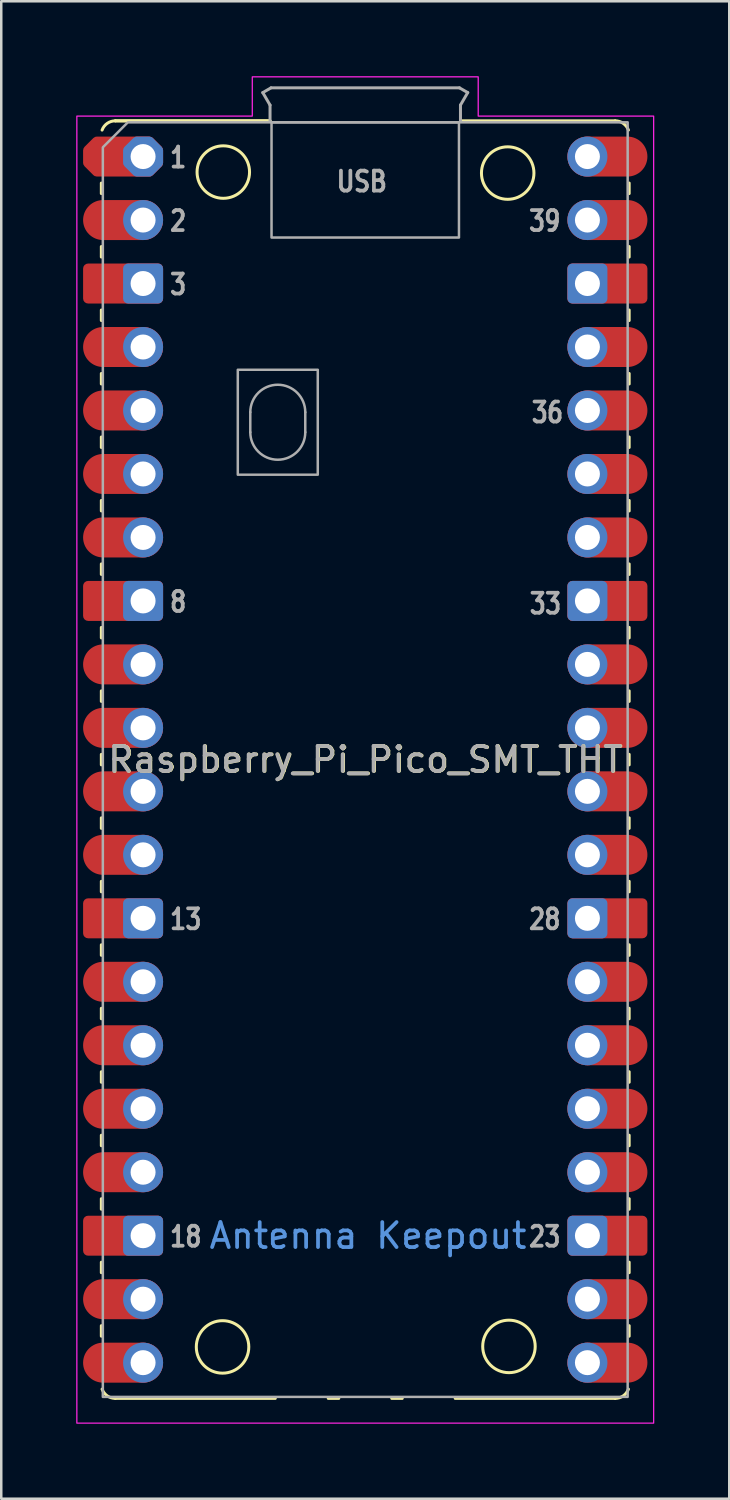
<source format=kicad_pcb>
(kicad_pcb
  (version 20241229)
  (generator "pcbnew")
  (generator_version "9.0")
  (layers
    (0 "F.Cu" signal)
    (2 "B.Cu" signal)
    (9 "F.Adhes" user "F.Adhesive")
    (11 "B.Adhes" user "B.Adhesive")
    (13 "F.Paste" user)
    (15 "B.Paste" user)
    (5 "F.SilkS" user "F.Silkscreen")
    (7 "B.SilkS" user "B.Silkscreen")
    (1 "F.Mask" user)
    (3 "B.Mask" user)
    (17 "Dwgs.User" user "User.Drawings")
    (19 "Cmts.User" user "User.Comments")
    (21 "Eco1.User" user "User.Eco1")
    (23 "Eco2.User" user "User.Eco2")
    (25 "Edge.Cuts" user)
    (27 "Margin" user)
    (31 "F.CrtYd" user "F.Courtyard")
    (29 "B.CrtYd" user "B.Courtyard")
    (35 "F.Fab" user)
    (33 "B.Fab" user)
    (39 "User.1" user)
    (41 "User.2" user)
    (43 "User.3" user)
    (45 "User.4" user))
  (footprint "Raspberry_Pi_Pico_SMT_THT"
    (layer "F.Cu")
    (at 2.675 3.215)
    (property "Reference" "Raspberry_Pi_Pico_SMT_THT" (at 8.91 24.13 0) (layer "F.SilkS") (effects (font (size 1 1) (thickness 0.15))))
    (attr through_hole)
    (fp_line (start -1.67 1.06) (end -1.67 1.48) (stroke (width 0.12) (type solid)) (layer "F.SilkS"))
    (fp_line (start -1.67 3.6) (end -1.67 4.02) (stroke (width 0.12) (type solid)) (layer "F.SilkS"))
    (fp_line (start -1.67 6.14) (end -1.67 6.56) (stroke (width 0.12) (type solid)) (layer "F.SilkS"))
    (fp_line (start -1.67 8.68) (end -1.67 9.1) (stroke (width 0.12) (type solid)) (layer "F.SilkS"))
    (fp_line (start -1.67 11.22) (end -1.67 11.64) (stroke (width 0.12) (type solid)) (layer "F.SilkS"))
    (fp_line (start -1.67 13.76) (end -1.67 14.18) (stroke (width 0.12) (type solid)) (layer "F.SilkS"))
    (fp_line (start -1.67 16.3) (end -1.67 16.72) (stroke (width 0.12) (type solid)) (layer "F.SilkS"))
    (fp_line (start -1.67 18.84) (end -1.67 19.26) (stroke (width 0.12) (type solid)) (layer "F.SilkS"))
    (fp_line (start -1.67 21.38) (end -1.67 21.8) (stroke (width 0.12) (type solid)) (layer "F.SilkS"))
    (fp_line (start -1.67 23.92) (end -1.67 24.34) (stroke (width 0.12) (type solid)) (layer "F.SilkS"))
    (fp_line (start -1.67 26.46) (end -1.67 26.88) (stroke (width 0.12) (type solid)) (layer "F.SilkS"))
    (fp_line (start -1.67 29) (end -1.67 29.42) (stroke (width 0.12) (type solid)) (layer "F.SilkS"))
    (fp_line (start -1.67 31.54) (end -1.67 31.96) (stroke (width 0.12) (type solid)) (layer "F.SilkS"))
    (fp_line (start -1.67 34.08) (end -1.67 34.5) (stroke (width 0.12) (type solid)) (layer "F.SilkS"))
    (fp_line (start -1.67 36.62) (end -1.67 37.04) (stroke (width 0.12) (type solid)) (layer "F.SilkS"))
    (fp_line (start -1.67 39.16) (end -1.67 39.58) (stroke (width 0.12) (type solid)) (layer "F.SilkS"))
    (fp_line (start -1.67 41.7) (end -1.67 42.12) (stroke (width 0.12) (type solid)) (layer "F.SilkS"))
    (fp_line (start -1.67 44.24) (end -1.67 44.66) (stroke (width 0.12) (type solid)) (layer "F.SilkS"))
    (fp_line (start -1.67 46.78) (end -1.67 47.2) (stroke (width 0.12) (type solid)) (layer "F.SilkS"))
    (fp_line (start -1.11 -1.43) (end 5.08 -1.43) (stroke (width 0.12) (type solid)) (layer "F.SilkS"))
    (fp_line (start -1.11 49.69) (end 5.29 49.69) (stroke (width 0.12) (type solid)) (layer "F.SilkS"))
    (fp_line (start 5.08 -1.43) (end -1.11 -1.43) (stroke (width 0.12) (type solid)) (layer "F.SilkS"))
    (fp_line (start 7.41 49.69) (end 7.83 49.69) (stroke (width 0.12) (type solid)) (layer "F.SilkS"))
    (fp_line (start 9.95 49.69) (end 10.37 49.69) (stroke (width 0.12) (type solid)) (layer "F.SilkS"))
    (fp_line (start 12.49 49.69) (end 18.89 49.69) (stroke (width 0.12) (type solid)) (layer "F.SilkS"))
    (fp_line (start 18.89 -1.43) (end 12.7 -1.43) (stroke (width 0.12) (type solid)) (layer "F.SilkS"))
    (fp_line (start 19.45 1.06) (end 19.45 1.48) (stroke (width 0.12) (type solid)) (layer "F.SilkS"))
    (fp_line (start 19.45 3.6) (end 19.45 4.02) (stroke (width 0.12) (type solid)) (layer "F.SilkS"))
    (fp_line (start 19.45 6.14) (end 19.45 6.56) (stroke (width 0.12) (type solid)) (layer "F.SilkS"))
    (fp_line (start 19.45 8.68) (end 19.45 9.1) (stroke (width 0.12) (type solid)) (layer "F.SilkS"))
    (fp_line (start 19.45 11.22) (end 19.45 11.64) (stroke (width 0.12) (type solid)) (layer "F.SilkS"))
    (fp_line (start 19.45 13.76) (end 19.45 14.18) (stroke (width 0.12) (type solid)) (layer "F.SilkS"))
    (fp_line (start 19.45 16.3) (end 19.45 16.72) (stroke (width 0.12) (type solid)) (layer "F.SilkS"))
    (fp_line (start 19.45 18.84) (end 19.45 19.26) (stroke (width 0.12) (type solid)) (layer "F.SilkS"))
    (fp_line (start 19.45 21.38) (end 19.45 21.8) (stroke (width 0.12) (type solid)) (layer "F.SilkS"))
    (fp_line (start 19.45 23.92) (end 19.45 24.34) (stroke (width 0.12) (type solid)) (layer "F.SilkS"))
    (fp_line (start 19.45 26.46) (end 19.45 26.88) (stroke (width 0.12) (type solid)) (layer "F.SilkS"))
    (fp_line (start 19.45 29) (end 19.45 29.42) (stroke (width 0.12) (type solid)) (layer "F.SilkS"))
    (fp_line (start 19.45 31.54) (end 19.45 31.96) (stroke (width 0.12) (type solid)) (layer "F.SilkS"))
    (fp_line (start 19.45 34.08) (end 19.45 34.5) (stroke (width 0.12) (type solid)) (layer "F.SilkS"))
    (fp_line (start 19.45 36.62) (end 19.45 37.04) (stroke (width 0.12) (type solid)) (layer "F.SilkS"))
    (fp_line (start 19.45 39.16) (end 19.45 39.58) (stroke (width 0.12) (type solid)) (layer "F.SilkS"))
    (fp_line (start 19.45 41.7) (end 19.45 42.12) (stroke (width 0.12) (type solid)) (layer "F.SilkS"))
    (fp_line (start 19.45 44.24) (end 19.45 44.66) (stroke (width 0.12) (type solid)) (layer "F.SilkS"))
    (fp_line (start 19.45 46.78) (end 19.45 47.2) (stroke (width 0.12) (type solid)) (layer "F.SilkS"))
    (fp_arc (start -1.64 -1.06) (mid -1.433508 -1.328808) (end -1.11 -1.43) (stroke (width 0.12) (type solid)) (layer "F.SilkS"))
    (fp_arc (start -1.11 49.69) (mid -1.433508 49.588809) (end -1.64 49.32) (stroke (width 0.12) (type solid)) (layer "F.SilkS"))
    (fp_arc (start 18.89 -1.43) (mid 19.213508 -1.328809) (end 19.42 -1.06) (stroke (width 0.12) (type solid)) (layer "F.SilkS"))
    (fp_arc (start 19.42 49.32) (mid 19.213508 49.588808) (end 18.89 49.69) (stroke (width 0.12) (type solid)) (layer "F.SilkS"))
    (fp_circle (center 3.18 47.63) (end 4.23 47.63) (stroke (width 0.12) (type solid)) (fill no) (layer "F.SilkS"))
    (fp_circle (center 3.21 0.62) (end 4.26 0.62) (stroke (width 0.12) (type solid)) (fill no) (layer "F.SilkS"))
    (fp_circle (center 14.59 0.66) (end 15.64 0.66) (stroke (width 0.12) (type solid)) (fill no) (layer "F.SilkS"))
    (fp_circle (center 14.64 47.61) (end 15.69 47.61) (stroke (width 0.12) (type solid)) (fill no) (layer "F.SilkS"))
    (fp_poly (pts (xy 13.41 -1.62) (xy 20.43 -1.62) (xy 20.43 50.68) (xy -2.65 50.68) (xy -2.65 -1.62) (xy 4.37 -1.62) (xy 4.37 -3.19) (xy 13.41 -3.19)) (stroke (width 0.05) (type solid)) (fill no) (layer "F.CrtYd"))
    (fp_line (start 4.29 10.23) (end 4.29 11.03) (stroke (width 0.1) (type solid)) (layer "F.Fab"))
    (fp_line (start 4.79 -2.56) (end 5.12 -2.75) (stroke (width 0.12) (type solid)) (layer "F.Fab"))
    (fp_line (start 5.08 -2.06) (end 4.79 -2.56) (stroke (width 0.12) (type solid)) (layer "F.Fab"))
    (fp_line (start 5.08 -1.43) (end 5.08 -2.06) (stroke (width 0.12) (type solid)) (layer "F.Fab"))
    (fp_line (start 5.12 -2.75) (end 12.66 -2.75) (stroke (width 0.12) (type solid)) (layer "F.Fab"))
    (fp_line (start 6.49 10.23) (end 6.49 11.03) (stroke (width 0.1) (type solid)) (layer "F.Fab"))
    (fp_line (start 12.66 -2.75) (end 12.99 -2.56) (stroke (width 0.12) (type solid)) (layer "F.Fab"))
    (fp_line (start 12.7 -2.06) (end 12.7 -1.43) (stroke (width 0.12) (type solid)) (layer "F.Fab"))
    (fp_line (start 12.99 -2.56) (end 12.7 -2.06) (stroke (width 0.12) (type solid)) (layer "F.Fab"))
    (fp_rect (start 3.79 8.53) (end 6.99 12.73) (stroke (width 0.1) (type solid)) (fill no) (layer "F.Fab"))
    (fp_rect (start 5.14 -1.37) (end 12.64 3.24) (stroke (width 0.1) (type solid)) (fill no) (layer "F.Fab"))
    (fp_arc (start 4.29 10.23) (mid 5.39 9.13) (end 6.49 10.23) (stroke (width 0.1) (type solid)) (layer "F.Fab"))
    (fp_arc (start 6.49 11.03) (mid 5.39 12.13) (end 4.29 11.03) (stroke (width 0.1) (type solid)) (layer "F.Fab"))
    (fp_poly (pts (xy 19.39 49.63) (xy -1.61 49.63) (xy -1.61 -0.37) (xy -0.61 -1.37) (xy 19.39 -1.37)) (stroke (width 0.1) (type solid)) (fill no) (layer "F.Fab"))
    (fp_text user "Antenna Keepout" (at 9 43.18 0) (unlocked yes) (layer "Cmts.User") (effects (font (size 1 1) (thickness 0.15))))
    (fp_text user "1" (at 1 0.038 0) (unlocked yes) (layer "F.Fab") (effects (font (size 0.8 0.64) (thickness 0.15)) (justify left)))
    (fp_text user "2" (at 1 2.578 0) (unlocked yes) (layer "F.Fab") (effects (font (size 0.8 0.64) (thickness 0.15)) (justify left)))
    (fp_text user "33" (at 16.1 17.89 0) (unlocked yes) (layer "F.Fab") (effects (font (size 0.8 0.64) (thickness 0.15))))
    (fp_text user "${REFERENCE}" (at 8.89 24.13 0) (unlocked yes) (layer "F.Fab") (effects (font (size 1 1) (thickness 0.15))))
    (fp_text user "8" (at 1 17.818 0) (unlocked yes) (layer "F.Fab") (effects (font (size 0.8 0.64) (thickness 0.15)) (justify left)))
    (fp_text user "39" (at 16.78 2.578 0) (unlocked yes) (layer "F.Fab") (effects (font (size 0.8 0.64) (thickness 0.15)) (justify right)))
    (fp_text user "13" (at 1 30.518 0) (unlocked yes) (layer "F.Fab") (effects (font (size 0.8 0.64) (thickness 0.15)) (justify left)))
    (fp_text user "23" (at 16.78 43.218 0) (unlocked yes) (layer "F.Fab") (effects (font (size 0.8 0.64) (thickness 0.15)) (justify right)))
    (fp_text user "36" (at 16.18 10.24 0) (unlocked yes) (layer "F.Fab") (effects (font (size 0.8 0.64) (thickness 0.15))))
    (fp_text user "18" (at 1 43.218 0) (unlocked yes) (layer "F.Fab") (effects (font (size 0.8 0.64) (thickness 0.15)) (justify left)))
    (fp_text user "28" (at 16.78 30.518 0) (unlocked yes) (layer "F.Fab") (effects (font (size 0.8 0.64) (thickness 0.15)) (justify right)))
    (fp_text user "USB" (at 8.75 1 0) (unlocked yes) (layer "F.Fab") (effects (font (size 0.8 0.66) (thickness 0.15))))
    (fp_text user "3" (at 1 5.118 0) (unlocked yes) (layer "F.Fab") (effects (font (size 0.8 0.64) (thickness 0.15)) (justify left)))
    (pad "1" smd custom (at -1.6 0) (size 1.6 1.6) (layers "F.Cu" "F.Mask") (options (anchor circle)) (primitives (gr_poly (pts (xy 2.2 0.249) (xy 1.849 0.6) (xy -0.249 0.6) (xy -0.6 0.249) (xy -0.6 -0.249) (xy -0.249 -0.6) (xy 1.849 -0.6) (xy 2.2 -0.249)) (width 0.4) (fill yes))))
    (pad "1" thru_hole custom (at 0 0) (size 1.6 1.6) (drill 1) (layers "*.Cu" "*.Mask") (options (anchor circle)) (primitives (gr_poly (pts (xy 0.6 0.249) (xy 0.249 0.6) (xy -0.249 0.6) (xy -0.6 0.249) (xy -0.6 -0.249) (xy -0.249 -0.6) (xy 0.249 -0.6) (xy 0.6 -0.249)) (width 0.4) (fill yes))))
    (pad "2" smd oval (at -1.6 2.54) (size 3.2 1.6) (drill (offset 0.8 0)) (layers "F.Cu" "F.Mask"))
    (pad "2" thru_hole circle (at 0 2.54) (size 1.6 1.6) (drill 1) (layers "*.Cu" "*.Mask"))
    (pad "3" smd roundrect (at -1.6 5.08) (size 3.2 1.6) (drill (offset 0.8 0)) (layers "F.Cu" "F.Mask") (roundrect_rratio 0.125))
    (pad "3" thru_hole roundrect (at 0 5.08) (size 1.6 1.6) (drill 1) (layers "*.Cu" "*.Mask") (roundrect_rratio 0.125))
    (pad "4" smd oval (at -1.6 7.62) (size 3.2 1.6) (drill (offset 0.8 0)) (layers "F.Cu" "F.Mask"))
    (pad "4" thru_hole circle (at 0 7.62) (size 1.6 1.6) (drill 1) (layers "*.Cu" "*.Mask"))
    (pad "5" smd oval (at -1.6 10.16) (size 3.2 1.6) (drill (offset 0.8 0)) (layers "F.Cu" "F.Mask"))
    (pad "5" thru_hole circle (at 0 10.16) (size 1.6 1.6) (drill 1) (layers "*.Cu" "*.Mask"))
    (pad "6" smd oval (at -1.6 12.7) (size 3.2 1.6) (drill (offset 0.8 0)) (layers "F.Cu" "F.Mask"))
    (pad "6" thru_hole circle (at 0 12.7) (size 1.6 1.6) (drill 1) (layers "*.Cu" "*.Mask"))
    (pad "7" smd oval (at -1.6 15.24) (size 3.2 1.6) (drill (offset 0.8 0)) (layers "F.Cu" "F.Mask"))
    (pad "7" thru_hole circle (at 0 15.24) (size 1.6 1.6) (drill 1) (layers "*.Cu" "*.Mask"))
    (pad "8" smd roundrect (at -1.6 17.78) (size 3.2 1.6) (drill (offset 0.8 0)) (layers "F.Cu" "F.Mask") (roundrect_rratio 0.125))
    (pad "8" thru_hole roundrect (at 0 17.78) (size 1.6 1.6) (drill 1) (layers "*.Cu" "*.Mask") (roundrect_rratio 0.125))
    (pad "9" smd oval (at -1.6 20.32) (size 3.2 1.6) (drill (offset 0.8 0)) (layers "F.Cu" "F.Mask"))
    (pad "9" thru_hole circle (at 0 20.32) (size 1.6 1.6) (drill 1) (layers "*.Cu" "*.Mask"))
    (pad "10" smd oval (at -1.6 22.86) (size 3.2 1.6) (drill (offset 0.8 0)) (layers "F.Cu" "F.Mask"))
    (pad "10" thru_hole circle (at 0 22.86) (size 1.6 1.6) (drill 1) (layers "*.Cu" "*.Mask"))
    (pad "11" smd oval (at -1.6 25.4) (size 3.2 1.6) (drill (offset 0.8 0)) (layers "F.Cu" "F.Mask"))
    (pad "11" thru_hole circle (at 0 25.4) (size 1.6 1.6) (drill 1) (layers "*.Cu" "*.Mask"))
    (pad "12" smd oval (at -1.6 27.94) (size 3.2 1.6) (drill (offset 0.8 0)) (layers "F.Cu" "F.Mask"))
    (pad "12" thru_hole circle (at 0 27.94) (size 1.6 1.6) (drill 1) (layers "*.Cu" "*.Mask"))
    (pad "13" smd roundrect (at -1.6 30.48) (size 3.2 1.6) (drill (offset 0.8 0)) (layers "F.Cu" "F.Mask") (roundrect_rratio 0.125))
    (pad "13" thru_hole roundrect (at 0 30.48) (size 1.6 1.6) (drill 1) (layers "*.Cu" "*.Mask") (roundrect_rratio 0.125))
    (pad "14" smd oval (at -1.6 33.02) (size 3.2 1.6) (drill (offset 0.8 0)) (layers "F.Cu" "F.Mask"))
    (pad "14" thru_hole circle (at 0 33.02) (size 1.6 1.6) (drill 1) (layers "*.Cu" "*.Mask"))
    (pad "15" smd oval (at -1.6 35.56) (size 3.2 1.6) (drill (offset 0.8 0)) (layers "F.Cu" "F.Mask"))
    (pad "15" thru_hole circle (at 0 35.56) (size 1.6 1.6) (drill 1) (layers "*.Cu" "*.Mask"))
    (pad "16" smd oval (at -1.6 38.1) (size 3.2 1.6) (drill (offset 0.8 0)) (layers "F.Cu" "F.Mask"))
    (pad "16" thru_hole circle (at 0 38.1) (size 1.6 1.6) (drill 1) (layers "*.Cu" "*.Mask"))
    (pad "17" smd oval (at -1.6 40.64) (size 3.2 1.6) (drill (offset 0.8 0)) (layers "F.Cu" "F.Mask"))
    (pad "17" thru_hole circle (at 0 40.64) (size 1.6 1.6) (drill 1) (layers "*.Cu" "*.Mask"))
    (pad "18" smd roundrect (at -1.6 43.18) (size 3.2 1.6) (drill (offset 0.8 0)) (layers "F.Cu" "F.Mask") (roundrect_rratio 0.125))
    (pad "18" thru_hole roundrect (at 0 43.18) (size 1.6 1.6) (drill 1) (layers "*.Cu" "*.Mask") (roundrect_rratio 0.125))
    (pad "19" smd oval (at -1.6 45.72) (size 3.2 1.6) (drill (offset 0.8 0)) (layers "F.Cu" "F.Mask"))
    (pad "19" thru_hole circle (at 0 45.72) (size 1.6 1.6) (drill 1) (layers "*.Cu" "*.Mask"))
    (pad "20" smd oval (at -1.6 48.26) (size 3.2 1.6) (drill (offset 0.8 0)) (layers "F.Cu" "F.Mask"))
    (pad "20" thru_hole circle (at 0 48.26) (size 1.6 1.6) (drill 1) (layers "*.Cu" "*.Mask"))
    (pad "21" thru_hole circle (at 17.78 48.26) (size 1.6 1.6) (drill 1) (layers "*.Cu" "*.Mask"))
    (pad "21" smd oval (at 19.38 48.26) (size 3.2 1.6) (drill (offset -0.8 0)) (layers "F.Cu" "F.Mask"))
    (pad "22" thru_hole circle (at 17.78 45.72) (size 1.6 1.6) (drill 1) (layers "*.Cu" "*.Mask"))
    (pad "22" smd oval (at 19.38 45.72) (size 3.2 1.6) (drill (offset -0.8 0)) (layers "F.Cu" "F.Mask"))
    (pad "23" thru_hole roundrect (at 17.78 43.18) (size 1.6 1.6) (drill 1) (layers "*.Cu" "*.Mask") (roundrect_rratio 0.125))
    (pad "23" smd roundrect (at 19.38 43.18) (size 3.2 1.6) (drill (offset -0.8 0)) (layers "F.Cu" "F.Mask") (roundrect_rratio 0.125))
    (pad "24" thru_hole circle (at 17.78 40.64) (size 1.6 1.6) (drill 1) (layers "*.Cu" "*.Mask"))
    (pad "24" smd oval (at 19.38 40.64) (size 3.2 1.6) (drill (offset -0.8 0)) (layers "F.Cu" "F.Mask"))
    (pad "25" thru_hole circle (at 17.78 38.1) (size 1.6 1.6) (drill 1) (layers "*.Cu" "*.Mask"))
    (pad "25" smd oval (at 19.38 38.1) (size 3.2 1.6) (drill (offset -0.8 0)) (layers "F.Cu" "F.Mask"))
    (pad "26" thru_hole circle (at 17.78 35.56) (size 1.6 1.6) (drill 1) (layers "*.Cu" "*.Mask"))
    (pad "26" smd oval (at 19.38 35.56) (size 3.2 1.6) (drill (offset -0.8 0)) (layers "F.Cu" "F.Mask"))
    (pad "27" thru_hole circle (at 17.78 33.02) (size 1.6 1.6) (drill 1) (layers "*.Cu" "*.Mask"))
    (pad "27" smd oval (at 19.38 33.02) (size 3.2 1.6) (drill (offset -0.8 0)) (layers "F.Cu" "F.Mask"))
    (pad "28" thru_hole roundrect (at 17.78 30.48) (size 1.6 1.6) (drill 1) (layers "*.Cu" "*.Mask") (roundrect_rratio 0.125))
    (pad "28" smd roundrect (at 19.38 30.48) (size 3.2 1.6) (drill (offset -0.8 0)) (layers "F.Cu" "F.Mask") (roundrect_rratio 0.125))
    (pad "29" thru_hole circle (at 17.78 27.94) (size 1.6 1.6) (drill 1) (layers "*.Cu" "*.Mask"))
    (pad "29" smd oval (at 19.38 27.94) (size 3.2 1.6) (drill (offset -0.8 0)) (layers "F.Cu" "F.Mask"))
    (pad "30" thru_hole circle (at 17.78 25.4) (size 1.6 1.6) (drill 1) (layers "*.Cu" "*.Mask"))
    (pad "30" smd oval (at 19.38 25.4) (size 3.2 1.6) (drill (offset -0.8 0)) (layers "F.Cu" "F.Mask"))
    (pad "31" thru_hole circle (at 17.78 22.86) (size 1.6 1.6) (drill 1) (layers "*.Cu" "*.Mask"))
    (pad "31" smd oval (at 19.38 22.86) (size 3.2 1.6) (drill (offset -0.8 0)) (layers "F.Cu" "F.Mask"))
    (pad "32" thru_hole circle (at 17.78 20.32) (size 1.6 1.6) (drill 1) (layers "*.Cu" "*.Mask"))
    (pad "32" smd oval (at 19.38 20.32) (size 3.2 1.6) (drill (offset -0.8 0)) (layers "F.Cu" "F.Mask"))
    (pad "33" thru_hole roundrect (at 17.78 17.78) (size 1.6 1.6) (drill 1) (layers "*.Cu" "*.Mask") (roundrect_rratio 0.125))
    (pad "33" smd roundrect (at 19.38 17.78) (size 3.2 1.6) (drill (offset -0.8 0)) (layers "F.Cu" "F.Mask") (roundrect_rratio 0.125))
    (pad "34" thru_hole circle (at 17.78 15.24) (size 1.6 1.6) (drill 1) (layers "*.Cu" "*.Mask"))
    (pad "34" smd oval (at 19.38 15.24) (size 3.2 1.6) (drill (offset -0.8 0)) (layers "F.Cu" "F.Mask"))
    (pad "35" thru_hole circle (at 17.78 12.7) (size 1.6 1.6) (drill 1) (layers "*.Cu" "*.Mask"))
    (pad "35" smd oval (at 19.38 12.7) (size 3.2 1.6) (drill (offset -0.8 0)) (layers "F.Cu" "F.Mask"))
    (pad "36" thru_hole circle (at 17.78 10.16) (size 1.6 1.6) (drill 1) (layers "*.Cu" "*.Mask"))
    (pad "36" smd oval (at 19.38 10.16) (size 3.2 1.6) (drill (offset -0.8 0)) (layers "F.Cu" "F.Mask"))
    (pad "37" thru_hole circle (at 17.78 7.62) (size 1.6 1.6) (drill 1) (layers "*.Cu" "*.Mask"))
    (pad "37" smd oval (at 19.38 7.62) (size 3.2 1.6) (drill (offset -0.8 0)) (layers "F.Cu" "F.Mask"))
    (pad "38" thru_hole roundrect (at 17.78 5.08) (size 1.6 1.6) (drill 1) (layers "*.Cu" "*.Mask") (roundrect_rratio 0.125))
    (pad "38" smd roundrect (at 19.38 5.08) (size 3.2 1.6) (drill (offset -0.8 0)) (layers "F.Cu" "F.Mask") (roundrect_rratio 0.125))
    (pad "39" thru_hole circle (at 17.78 2.54) (size 1.6 1.6) (drill 1) (layers "*.Cu" "*.Mask"))
    (pad "39" smd oval (at 19.38 2.54) (size 3.2 1.6) (drill (offset -0.8 0)) (layers "F.Cu" "F.Mask"))
    (pad "40" thru_hole circle (at 17.78 0) (size 1.6 1.6) (drill 1) (layers "*.Cu" "*.Mask"))
    (pad "40" smd oval (at 19.38 0) (size 3.2 1.6) (drill (offset -0.8 0)) (layers "F.Cu" "F.Mask"))
    (zone (net_name "") (layers "F.Cu" "F.Mask" "B.Cu" "B.Mask" "F.SilkS" "B.SilkS" "F.Adhes" "B.Adhes" "F.Paste" "B.Paste") (name "Antenna Keepout") (hatch full 0.508) (connect_pads) (min_thickness 0.254) (filled_areas_thickness no) (keepout (tracks not_allowed) (vias not_allowed) (pads not_allowed) (copperpour not_allowed) (footprints not_allowed)) (placement (enabled no)) (fill) (polygon (pts (xy 18.565 52.845) (xy 4.565 52.845) (xy 4.565 44.445) (xy 18.565 44.445)))))
  (gr_rect
    (start -3 -3)
    (end 26.13 56.92)
    (stroke (width 0.1) (type default))
    (fill no)
    (layer "Edge.Cuts")))
</source>
